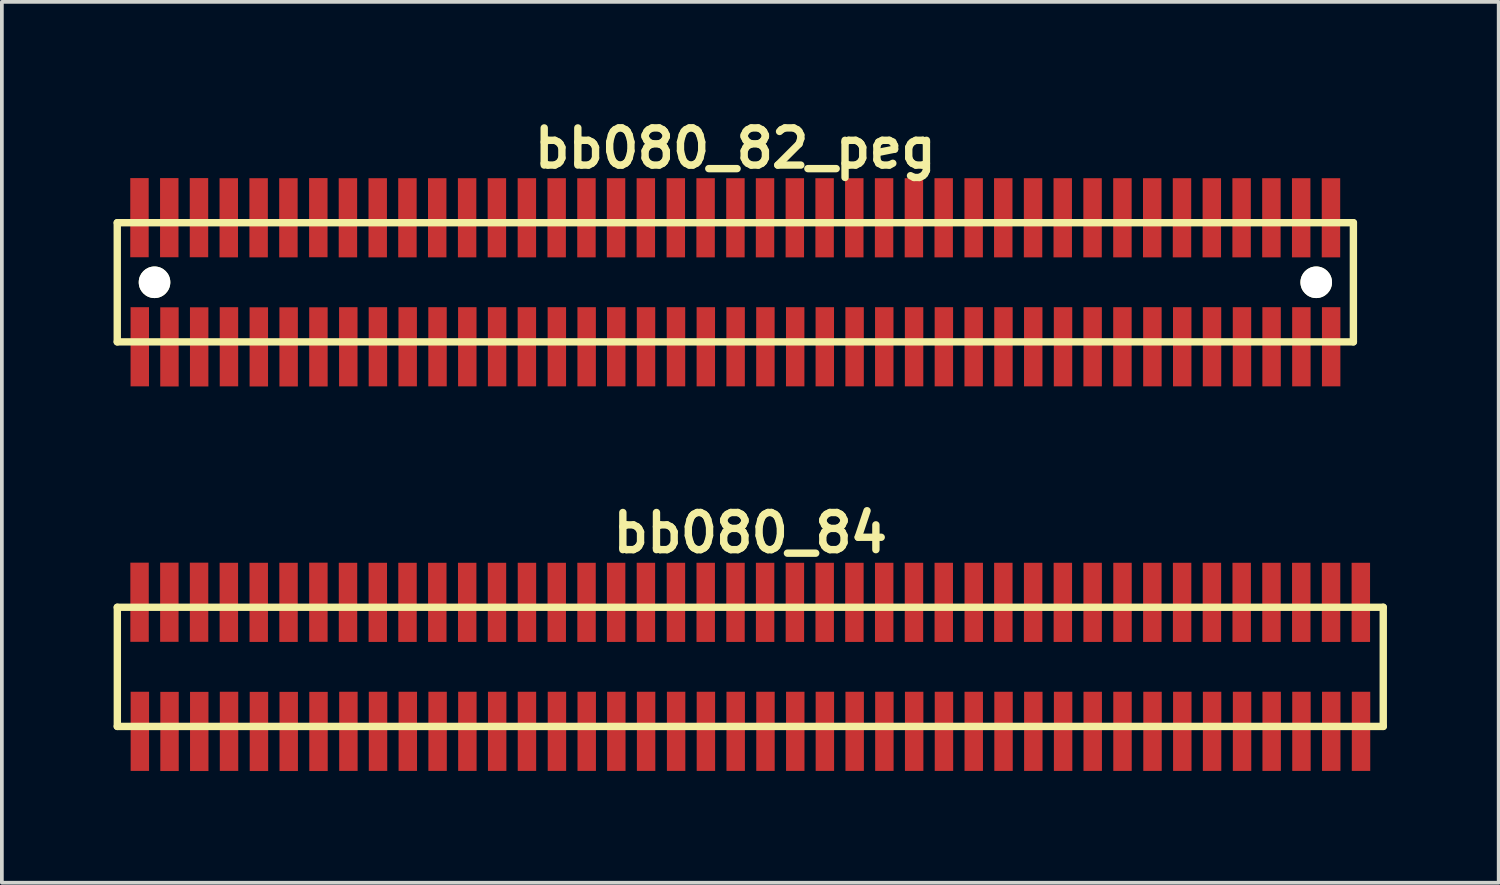
<source format=kicad_pcb>
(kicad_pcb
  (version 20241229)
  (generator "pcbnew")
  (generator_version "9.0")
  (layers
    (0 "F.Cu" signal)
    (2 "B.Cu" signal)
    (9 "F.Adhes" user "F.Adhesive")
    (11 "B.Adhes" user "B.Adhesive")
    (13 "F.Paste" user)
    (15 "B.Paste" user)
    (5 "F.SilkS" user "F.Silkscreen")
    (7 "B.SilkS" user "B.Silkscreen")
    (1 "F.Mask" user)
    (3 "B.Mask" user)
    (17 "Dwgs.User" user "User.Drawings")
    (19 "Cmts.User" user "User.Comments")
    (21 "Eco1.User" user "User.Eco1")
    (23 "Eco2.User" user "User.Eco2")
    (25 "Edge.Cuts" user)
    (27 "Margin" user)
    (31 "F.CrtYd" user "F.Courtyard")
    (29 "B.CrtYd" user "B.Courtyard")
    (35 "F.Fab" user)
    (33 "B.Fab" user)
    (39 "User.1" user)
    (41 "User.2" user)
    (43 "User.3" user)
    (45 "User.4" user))
  (footprint "bb080_84"
    (layer "F.Cu")
    (at 17.099 14.859)
    (property "Reference" "bb080_84" (at 0 -3.599 0) (layer "F.SilkS") (effects (font (size 0.998 0.998) (thickness 0.198))))
    (attr through_hole)
    (fp_line (start -17 -1.6) (end 17 -1.6) (stroke (width 0.198) (type solid)) (layer "F.SilkS"))
    (fp_line (start -16.998 -1.6) (end -16.998 1.6) (stroke (width 0.198) (type solid)) (layer "F.SilkS"))
    (fp_line (start 17 1.6) (end -17 1.6) (stroke (width 0.198) (type solid)) (layer "F.SilkS"))
    (fp_line (start 17 1.6) (end 17 -1.6) (stroke (width 0.198) (type solid)) (layer "F.SilkS"))
    (pad "1" smd rect (at -16.393 1.732) (size 0.495 2.126) (layers "F.Cu" "F.Mask" "F.Paste"))
    (pad "2" smd rect (at -16.401 -1.735) (size 0.495 2.126) (layers "F.Cu" "F.Mask" "F.Paste"))
    (pad "3" smd rect (at -15.596 1.735) (size 0.495 2.126) (layers "F.Cu" "F.Mask" "F.Paste"))
    (pad "4" smd rect (at -15.601 -1.735) (size 0.495 2.126) (layers "F.Cu" "F.Mask" "F.Paste"))
    (pad "5" smd rect (at -14.798 1.735) (size 0.495 2.126) (layers "F.Cu" "F.Mask" "F.Paste"))
    (pad "6" smd rect (at -14.803 -1.735) (size 0.495 2.126) (layers "F.Cu" "F.Mask" "F.Paste"))
    (pad "7" smd rect (at -13.998 1.732) (size 0.495 2.126) (layers "F.Cu" "F.Mask" "F.Paste"))
    (pad "8" smd rect (at -14.003 -1.732) (size 0.495 2.126) (layers "F.Cu" "F.Mask" "F.Paste"))
    (pad "9" smd rect (at -13.195 1.735) (size 0.495 2.126) (layers "F.Cu" "F.Mask" "F.Paste"))
    (pad "10" smd rect (at -13.2 -1.732) (size 0.495 2.126) (layers "F.Cu" "F.Mask" "F.Paste"))
    (pad "11" smd rect (at -12.395 1.735) (size 0.495 2.126) (layers "F.Cu" "F.Mask" "F.Paste"))
    (pad "12" smd rect (at -12.4 -1.732) (size 0.495 2.126) (layers "F.Cu" "F.Mask" "F.Paste"))
    (pad "13" smd rect (at -11.595 1.735) (size 0.495 2.126) (layers "F.Cu" "F.Mask" "F.Paste"))
    (pad "14" smd rect (at -11.598 -1.735) (size 0.495 2.126) (layers "F.Cu" "F.Mask" "F.Paste"))
    (pad "15" smd rect (at -10.792 1.732) (size 0.495 2.126) (layers "F.Cu" "F.Mask" "F.Paste"))
    (pad "16" smd rect (at -10.803 -1.732) (size 0.495 2.126) (layers "F.Cu" "F.Mask" "F.Paste"))
    (pad "17" smd rect (at -9.997 1.732) (size 0.495 2.126) (layers "F.Cu" "F.Mask" "F.Paste"))
    (pad "18" smd rect (at -10.003 -1.732) (size 0.495 2.126) (layers "F.Cu" "F.Mask" "F.Paste"))
    (pad "19" smd rect (at -9.197 1.732) (size 0.495 2.126) (layers "F.Cu" "F.Mask" "F.Paste"))
    (pad "20" smd rect (at -9.205 -1.732) (size 0.495 2.126) (layers "F.Cu" "F.Mask" "F.Paste"))
    (pad "21" smd rect (at -8.397 1.732) (size 0.495 2.126) (layers "F.Cu" "F.Mask" "F.Paste"))
    (pad "22" smd rect (at -8.405 -1.732) (size 0.495 2.126) (layers "F.Cu" "F.Mask" "F.Paste"))
    (pad "23" smd rect (at -7.597 1.732) (size 0.495 2.126) (layers "F.Cu" "F.Mask" "F.Paste"))
    (pad "24" smd rect (at -7.602 -1.732) (size 0.495 2.126) (layers "F.Cu" "F.Mask" "F.Paste"))
    (pad "25" smd rect (at -6.797 1.732) (size 0.495 2.126) (layers "F.Cu" "F.Mask" "F.Paste"))
    (pad "26" smd rect (at -6.802 -1.732) (size 0.495 2.126) (layers "F.Cu" "F.Mask" "F.Paste"))
    (pad "27" smd rect (at -5.997 1.732) (size 0.495 2.126) (layers "F.Cu" "F.Mask" "F.Paste"))
    (pad "28" smd rect (at -5.997 -1.732) (size 0.495 2.126) (layers "F.Cu" "F.Mask" "F.Paste"))
    (pad "29" smd rect (at -5.192 1.732) (size 0.495 2.126) (layers "F.Cu" "F.Mask" "F.Paste"))
    (pad "30" smd rect (at -5.197 -1.732) (size 0.495 2.126) (layers "F.Cu" "F.Mask" "F.Paste"))
    (pad "31" smd rect (at -4.392 1.732) (size 0.495 2.126) (layers "F.Cu" "F.Mask" "F.Paste"))
    (pad "32" smd rect (at -4.397 -1.732) (size 0.495 2.126) (layers "F.Cu" "F.Mask" "F.Paste"))
    (pad "33" smd rect (at -3.597 1.732) (size 0.495 2.126) (layers "F.Cu" "F.Mask" "F.Paste"))
    (pad "34" smd rect (at -3.602 -1.732) (size 0.495 2.126) (layers "F.Cu" "F.Mask" "F.Paste"))
    (pad "35" smd rect (at -2.797 1.732) (size 0.495 2.126) (layers "F.Cu" "F.Mask" "F.Paste"))
    (pad "36" smd rect (at -2.802 -1.732) (size 0.495 2.126) (layers "F.Cu" "F.Mask" "F.Paste"))
    (pad "37" smd rect (at -1.991 1.732) (size 0.495 2.126) (layers "F.Cu" "F.Mask" "F.Paste"))
    (pad "38" smd rect (at -1.996 -1.732) (size 0.495 2.126) (layers "F.Cu" "F.Mask" "F.Paste"))
    (pad "39" smd rect (at -1.191 1.732) (size 0.495 2.126) (layers "F.Cu" "F.Mask" "F.Paste"))
    (pad "40" smd rect (at -1.196 -1.732) (size 0.495 2.126) (layers "F.Cu" "F.Mask" "F.Paste"))
    (pad "41" smd rect (at -0.391 1.732) (size 0.495 2.126) (layers "F.Cu" "F.Mask" "F.Paste"))
    (pad "42" smd rect (at -0.396 -1.732) (size 0.495 2.126) (layers "F.Cu" "F.Mask" "F.Paste"))
    (pad "43" smd rect (at 0.409 1.732) (size 0.495 2.126) (layers "F.Cu" "F.Mask" "F.Paste"))
    (pad "44" smd rect (at 0.399 -1.732) (size 0.495 2.126) (layers "F.Cu" "F.Mask" "F.Paste"))
    (pad "45" smd rect (at 1.209 1.732) (size 0.495 2.126) (layers "F.Cu" "F.Mask" "F.Paste"))
    (pad "46" smd rect (at 1.199 -1.732) (size 0.495 2.126) (layers "F.Cu" "F.Mask" "F.Paste"))
    (pad "47" smd rect (at 2.004 1.732) (size 0.495 2.126) (layers "F.Cu" "F.Mask" "F.Paste"))
    (pad "48" smd rect (at 1.999 -1.732) (size 0.495 2.126) (layers "F.Cu" "F.Mask" "F.Paste"))
    (pad "49" smd rect (at 2.804 1.732) (size 0.495 2.126) (layers "F.Cu" "F.Mask" "F.Paste"))
    (pad "50" smd rect (at 2.797 -1.732) (size 0.495 2.126) (layers "F.Cu" "F.Mask" "F.Paste"))
    (pad "51" smd rect (at 3.602 1.732) (size 0.495 2.126) (layers "F.Cu" "F.Mask" "F.Paste"))
    (pad "52" smd rect (at 3.597 -1.732) (size 0.495 2.126) (layers "F.Cu" "F.Mask" "F.Paste"))
    (pad "53" smd rect (at 4.402 1.732) (size 0.495 2.126) (layers "F.Cu" "F.Mask" "F.Paste"))
    (pad "54" smd rect (at 4.397 -1.732) (size 0.495 2.126) (layers "F.Cu" "F.Mask" "F.Paste"))
    (pad "55" smd rect (at 5.202 1.732) (size 0.495 2.126) (layers "F.Cu" "F.Mask" "F.Paste"))
    (pad "56" smd rect (at 5.197 -1.732) (size 0.495 2.126) (layers "F.Cu" "F.Mask" "F.Paste"))
    (pad "57" smd rect (at 6.002 1.732) (size 0.495 2.126) (layers "F.Cu" "F.Mask" "F.Paste"))
    (pad "58" smd rect (at 6.002 -1.732) (size 0.495 2.126) (layers "F.Cu" "F.Mask" "F.Paste"))
    (pad "59" smd rect (at 6.802 1.732) (size 0.495 2.126) (layers "F.Cu" "F.Mask" "F.Paste"))
    (pad "60" smd rect (at 6.797 -1.732) (size 0.495 2.126) (layers "F.Cu" "F.Mask" "F.Paste"))
    (pad "61" smd rect (at 7.602 1.732) (size 0.495 2.126) (layers "F.Cu" "F.Mask" "F.Paste"))
    (pad "62" smd rect (at 7.597 -1.732) (size 0.495 2.126) (layers "F.Cu" "F.Mask" "F.Paste"))
    (pad "63" smd rect (at 8.402 1.732) (size 0.495 2.126) (layers "F.Cu" "F.Mask" "F.Paste"))
    (pad "64" smd rect (at 8.395 -1.732) (size 0.495 2.126) (layers "F.Cu" "F.Mask" "F.Paste"))
    (pad "65" smd rect (at 9.197 1.732) (size 0.495 2.126) (layers "F.Cu" "F.Mask" "F.Paste"))
    (pad "66" smd rect (at 9.195 -1.732) (size 0.495 2.126) (layers "F.Cu" "F.Mask" "F.Paste"))
    (pad "67" smd rect (at 9.997 1.732) (size 0.495 2.126) (layers "F.Cu" "F.Mask" "F.Paste"))
    (pad "68" smd rect (at 9.997 -1.732) (size 0.495 2.126) (layers "F.Cu" "F.Mask" "F.Paste"))
    (pad "69" smd rect (at 10.803 1.732) (size 0.495 2.126) (layers "F.Cu" "F.Mask" "F.Paste"))
    (pad "70" smd rect (at 10.798 -1.732) (size 0.495 2.126) (layers "F.Cu" "F.Mask" "F.Paste"))
    (pad "71" smd rect (at 11.603 1.732) (size 0.495 2.126) (layers "F.Cu" "F.Mask" "F.Paste"))
    (pad "72" smd rect (at 11.598 -1.732) (size 0.495 2.126) (layers "F.Cu" "F.Mask" "F.Paste"))
    (pad "73" smd rect (at 12.403 1.732) (size 0.495 2.126) (layers "F.Cu" "F.Mask" "F.Paste"))
    (pad "74" smd rect (at 12.398 -1.732) (size 0.495 2.126) (layers "F.Cu" "F.Mask" "F.Paste"))
    (pad "75" smd rect (at 13.208 1.732) (size 0.495 2.126) (layers "F.Cu" "F.Mask" "F.Paste"))
    (pad "76" smd rect (at 13.198 -1.732) (size 0.495 2.126) (layers "F.Cu" "F.Mask" "F.Paste"))
    (pad "77" smd rect (at 14.003 1.732) (size 0.495 2.126) (layers "F.Cu" "F.Mask" "F.Paste"))
    (pad "78" smd rect (at 13.998 -1.732) (size 0.495 2.126) (layers "F.Cu" "F.Mask" "F.Paste"))
    (pad "79" smd rect (at 14.803 1.732) (size 0.495 2.126) (layers "F.Cu" "F.Mask" "F.Paste"))
    (pad "80" smd rect (at 14.798 -1.732) (size 0.495 2.126) (layers "F.Cu" "F.Mask" "F.Paste"))
    (pad "81" smd rect (at 15.603 1.732) (size 0.495 2.126) (layers "F.Cu" "F.Mask" "F.Paste"))
    (pad "82" smd rect (at 15.598 -1.732) (size 0.495 2.126) (layers "F.Cu" "F.Mask" "F.Paste"))
    (pad "83" smd rect (at 16.403 1.732) (size 0.495 2.126) (layers "F.Cu" "F.Mask" "F.Paste"))
    (pad "84" smd rect (at 16.398 -1.732) (size 0.495 2.126) (layers "F.Cu" "F.Mask" "F.Paste")))
  (footprint "bb080_82_peg"
    (layer "F.Cu")
    (at 16.698 4.531)
    (property "Reference" "bb080_82_peg" (at 0 -3.599 0) (layer "F.SilkS") (effects (font (size 0.998 0.998) (thickness 0.198))))
    (attr through_hole)
    (fp_line (start -16.599 -1.6) (end -16.599 1.6) (stroke (width 0.198) (type solid)) (layer "F.SilkS"))
    (fp_line (start -16.599 1.6) (end 16.599 1.6) (stroke (width 0.198) (type solid)) (layer "F.SilkS"))
    (fp_line (start 16.599 -1.6) (end -16.599 -1.6) (stroke (width 0.198) (type solid)) (layer "F.SilkS"))
    (fp_line (start 16.599 1.6) (end 16.599 -1.6) (stroke (width 0.198) (type solid)) (layer "F.SilkS"))
    (pad "" np_thru_hole circle (at -15.598 0) (size 0.848 0.848) (drill 0.848) (layers "*.Cu" "*.Mask" "F.SilkS"))
    (pad "" np_thru_hole circle (at 15.601 0) (size 0.848 0.848) (drill 0.848) (layers "*.Cu" "*.Mask" "F.SilkS"))
    (pad "1" smd rect (at -15.994 1.732) (size 0.495 2.126) (layers "F.Cu" "F.Mask" "F.Paste"))
    (pad "2" smd rect (at -16.002 -1.735) (size 0.495 2.126) (layers "F.Cu" "F.Mask" "F.Paste"))
    (pad "3" smd rect (at -15.197 1.735) (size 0.495 2.126) (layers "F.Cu" "F.Mask" "F.Paste"))
    (pad "4" smd rect (at -15.202 -1.735) (size 0.495 2.126) (layers "F.Cu" "F.Mask" "F.Paste"))
    (pad "5" smd rect (at -14.399 1.735) (size 0.495 2.126) (layers "F.Cu" "F.Mask" "F.Paste"))
    (pad "6" smd rect (at -14.404 -1.735) (size 0.495 2.126) (layers "F.Cu" "F.Mask" "F.Paste"))
    (pad "7" smd rect (at -13.599 1.732) (size 0.495 2.126) (layers "F.Cu" "F.Mask" "F.Paste"))
    (pad "8" smd rect (at -13.604 -1.732) (size 0.495 2.126) (layers "F.Cu" "F.Mask" "F.Paste"))
    (pad "9" smd rect (at -12.797 1.735) (size 0.495 2.126) (layers "F.Cu" "F.Mask" "F.Paste"))
    (pad "10" smd rect (at -12.802 -1.732) (size 0.495 2.126) (layers "F.Cu" "F.Mask" "F.Paste"))
    (pad "11" smd rect (at -11.996 1.735) (size 0.495 2.126) (layers "F.Cu" "F.Mask" "F.Paste"))
    (pad "12" smd rect (at -12.002 -1.732) (size 0.495 2.126) (layers "F.Cu" "F.Mask" "F.Paste"))
    (pad "13" smd rect (at -11.196 1.735) (size 0.495 2.126) (layers "F.Cu" "F.Mask" "F.Paste"))
    (pad "14" smd rect (at -11.199 -1.735) (size 0.495 2.126) (layers "F.Cu" "F.Mask" "F.Paste"))
    (pad "15" smd rect (at -10.394 1.732) (size 0.495 2.126) (layers "F.Cu" "F.Mask" "F.Paste"))
    (pad "16" smd rect (at -10.404 -1.732) (size 0.495 2.126) (layers "F.Cu" "F.Mask" "F.Paste"))
    (pad "17" smd rect (at -9.599 1.732) (size 0.495 2.126) (layers "F.Cu" "F.Mask" "F.Paste"))
    (pad "18" smd rect (at -9.604 -1.732) (size 0.495 2.126) (layers "F.Cu" "F.Mask" "F.Paste"))
    (pad "19" smd rect (at -8.799 1.732) (size 0.495 2.126) (layers "F.Cu" "F.Mask" "F.Paste"))
    (pad "20" smd rect (at -8.806 -1.732) (size 0.495 2.126) (layers "F.Cu" "F.Mask" "F.Paste"))
    (pad "21" smd rect (at -7.998 1.732) (size 0.495 2.126) (layers "F.Cu" "F.Mask" "F.Paste"))
    (pad "22" smd rect (at -8.006 -1.732) (size 0.495 2.126) (layers "F.Cu" "F.Mask" "F.Paste"))
    (pad "23" smd rect (at -7.198 1.732) (size 0.495 2.126) (layers "F.Cu" "F.Mask" "F.Paste"))
    (pad "24" smd rect (at -7.203 -1.732) (size 0.495 2.126) (layers "F.Cu" "F.Mask" "F.Paste"))
    (pad "25" smd rect (at -6.398 1.732) (size 0.495 2.126) (layers "F.Cu" "F.Mask" "F.Paste"))
    (pad "26" smd rect (at -6.403 -1.732) (size 0.495 2.126) (layers "F.Cu" "F.Mask" "F.Paste"))
    (pad "27" smd rect (at -5.598 1.732) (size 0.495 2.126) (layers "F.Cu" "F.Mask" "F.Paste"))
    (pad "28" smd rect (at -5.598 -1.732) (size 0.495 2.126) (layers "F.Cu" "F.Mask" "F.Paste"))
    (pad "29" smd rect (at -4.793 1.732) (size 0.495 2.126) (layers "F.Cu" "F.Mask" "F.Paste"))
    (pad "30" smd rect (at -4.798 -1.732) (size 0.495 2.126) (layers "F.Cu" "F.Mask" "F.Paste"))
    (pad "31" smd rect (at -3.993 1.732) (size 0.495 2.126) (layers "F.Cu" "F.Mask" "F.Paste"))
    (pad "32" smd rect (at -3.998 -1.732) (size 0.495 2.126) (layers "F.Cu" "F.Mask" "F.Paste"))
    (pad "33" smd rect (at -3.198 1.732) (size 0.495 2.126) (layers "F.Cu" "F.Mask" "F.Paste"))
    (pad "34" smd rect (at -3.203 -1.732) (size 0.495 2.126) (layers "F.Cu" "F.Mask" "F.Paste"))
    (pad "35" smd rect (at -2.398 1.732) (size 0.495 2.126) (layers "F.Cu" "F.Mask" "F.Paste"))
    (pad "36" smd rect (at -2.403 -1.732) (size 0.495 2.126) (layers "F.Cu" "F.Mask" "F.Paste"))
    (pad "37" smd rect (at -1.593 1.732) (size 0.495 2.126) (layers "F.Cu" "F.Mask" "F.Paste"))
    (pad "38" smd rect (at -1.598 -1.732) (size 0.495 2.126) (layers "F.Cu" "F.Mask" "F.Paste"))
    (pad "39" smd rect (at -0.792 1.732) (size 0.495 2.126) (layers "F.Cu" "F.Mask" "F.Paste"))
    (pad "40" smd rect (at -0.798 -1.732) (size 0.495 2.126) (layers "F.Cu" "F.Mask" "F.Paste"))
    (pad "41" smd rect (at 0.008 1.732) (size 0.495 2.126) (layers "F.Cu" "F.Mask" "F.Paste"))
    (pad "42" smd rect (at 0.003 -1.732) (size 0.495 2.126) (layers "F.Cu" "F.Mask" "F.Paste"))
    (pad "43" smd rect (at 0.808 1.732) (size 0.495 2.126) (layers "F.Cu" "F.Mask" "F.Paste"))
    (pad "44" smd rect (at 0.798 -1.732) (size 0.495 2.126) (layers "F.Cu" "F.Mask" "F.Paste"))
    (pad "45" smd rect (at 1.608 1.732) (size 0.495 2.126) (layers "F.Cu" "F.Mask" "F.Paste"))
    (pad "46" smd rect (at 1.598 -1.732) (size 0.495 2.126) (layers "F.Cu" "F.Mask" "F.Paste"))
    (pad "47" smd rect (at 2.403 1.732) (size 0.495 2.126) (layers "F.Cu" "F.Mask" "F.Paste"))
    (pad "48" smd rect (at 2.398 -1.732) (size 0.495 2.126) (layers "F.Cu" "F.Mask" "F.Paste"))
    (pad "49" smd rect (at 3.203 1.732) (size 0.495 2.126) (layers "F.Cu" "F.Mask" "F.Paste"))
    (pad "50" smd rect (at 3.195 -1.732) (size 0.495 2.126) (layers "F.Cu" "F.Mask" "F.Paste"))
    (pad "51" smd rect (at 4 1.732) (size 0.495 2.126) (layers "F.Cu" "F.Mask" "F.Paste"))
    (pad "52" smd rect (at 3.995 -1.732) (size 0.495 2.126) (layers "F.Cu" "F.Mask" "F.Paste"))
    (pad "53" smd rect (at 4.801 1.732) (size 0.495 2.126) (layers "F.Cu" "F.Mask" "F.Paste"))
    (pad "54" smd rect (at 4.796 -1.732) (size 0.495 2.126) (layers "F.Cu" "F.Mask" "F.Paste"))
    (pad "55" smd rect (at 5.601 1.732) (size 0.495 2.126) (layers "F.Cu" "F.Mask" "F.Paste"))
    (pad "56" smd rect (at 5.596 -1.732) (size 0.495 2.126) (layers "F.Cu" "F.Mask" "F.Paste"))
    (pad "57" smd rect (at 6.401 1.732) (size 0.495 2.126) (layers "F.Cu" "F.Mask" "F.Paste"))
    (pad "58" smd rect (at 6.401 -1.732) (size 0.495 2.126) (layers "F.Cu" "F.Mask" "F.Paste"))
    (pad "59" smd rect (at 7.201 1.732) (size 0.495 2.126) (layers "F.Cu" "F.Mask" "F.Paste"))
    (pad "60" smd rect (at 7.196 -1.732) (size 0.495 2.126) (layers "F.Cu" "F.Mask" "F.Paste"))
    (pad "61" smd rect (at 8.001 1.732) (size 0.495 2.126) (layers "F.Cu" "F.Mask" "F.Paste"))
    (pad "62" smd rect (at 7.996 -1.732) (size 0.495 2.126) (layers "F.Cu" "F.Mask" "F.Paste"))
    (pad "63" smd rect (at 8.801 1.732) (size 0.495 2.126) (layers "F.Cu" "F.Mask" "F.Paste"))
    (pad "64" smd rect (at 8.793 -1.732) (size 0.495 2.126) (layers "F.Cu" "F.Mask" "F.Paste"))
    (pad "65" smd rect (at 9.596 1.732) (size 0.495 2.126) (layers "F.Cu" "F.Mask" "F.Paste"))
    (pad "66" smd rect (at 9.594 -1.732) (size 0.495 2.126) (layers "F.Cu" "F.Mask" "F.Paste"))
    (pad "67" smd rect (at 10.396 1.732) (size 0.495 2.126) (layers "F.Cu" "F.Mask" "F.Paste"))
    (pad "68" smd rect (at 10.396 -1.732) (size 0.495 2.126) (layers "F.Cu" "F.Mask" "F.Paste"))
    (pad "69" smd rect (at 11.201 1.732) (size 0.495 2.126) (layers "F.Cu" "F.Mask" "F.Paste"))
    (pad "70" smd rect (at 11.196 -1.732) (size 0.495 2.126) (layers "F.Cu" "F.Mask" "F.Paste"))
    (pad "71" smd rect (at 12.002 1.732) (size 0.495 2.126) (layers "F.Cu" "F.Mask" "F.Paste"))
    (pad "72" smd rect (at 11.996 -1.732) (size 0.495 2.126) (layers "F.Cu" "F.Mask" "F.Paste"))
    (pad "73" smd rect (at 12.802 1.732) (size 0.495 2.126) (layers "F.Cu" "F.Mask" "F.Paste"))
    (pad "74" smd rect (at 12.797 -1.732) (size 0.495 2.126) (layers "F.Cu" "F.Mask" "F.Paste"))
    (pad "75" smd rect (at 13.607 1.732) (size 0.495 2.126) (layers "F.Cu" "F.Mask" "F.Paste"))
    (pad "76" smd rect (at 13.597 -1.732) (size 0.495 2.126) (layers "F.Cu" "F.Mask" "F.Paste"))
    (pad "77" smd rect (at 14.402 1.732) (size 0.495 2.126) (layers "F.Cu" "F.Mask" "F.Paste"))
    (pad "78" smd rect (at 14.397 -1.732) (size 0.495 2.126) (layers "F.Cu" "F.Mask" "F.Paste"))
    (pad "79" smd rect (at 15.202 1.732) (size 0.495 2.126) (layers "F.Cu" "F.Mask" "F.Paste"))
    (pad "80" smd rect (at 15.197 -1.732) (size 0.495 2.126) (layers "F.Cu" "F.Mask" "F.Paste"))
    (pad "81" smd rect (at 16.002 1.732) (size 0.495 2.126) (layers "F.Cu" "F.Mask" "F.Paste"))
    (pad "82" smd rect (at 15.997 -1.732) (size 0.495 2.126) (layers "F.Cu" "F.Mask" "F.Paste")))
  (gr_rect
    (start -3 -3)
    (end 37.199 20.657)
    (stroke (width 0.1) (type default))
    (fill no)
    (layer "Edge.Cuts")))
</source>
